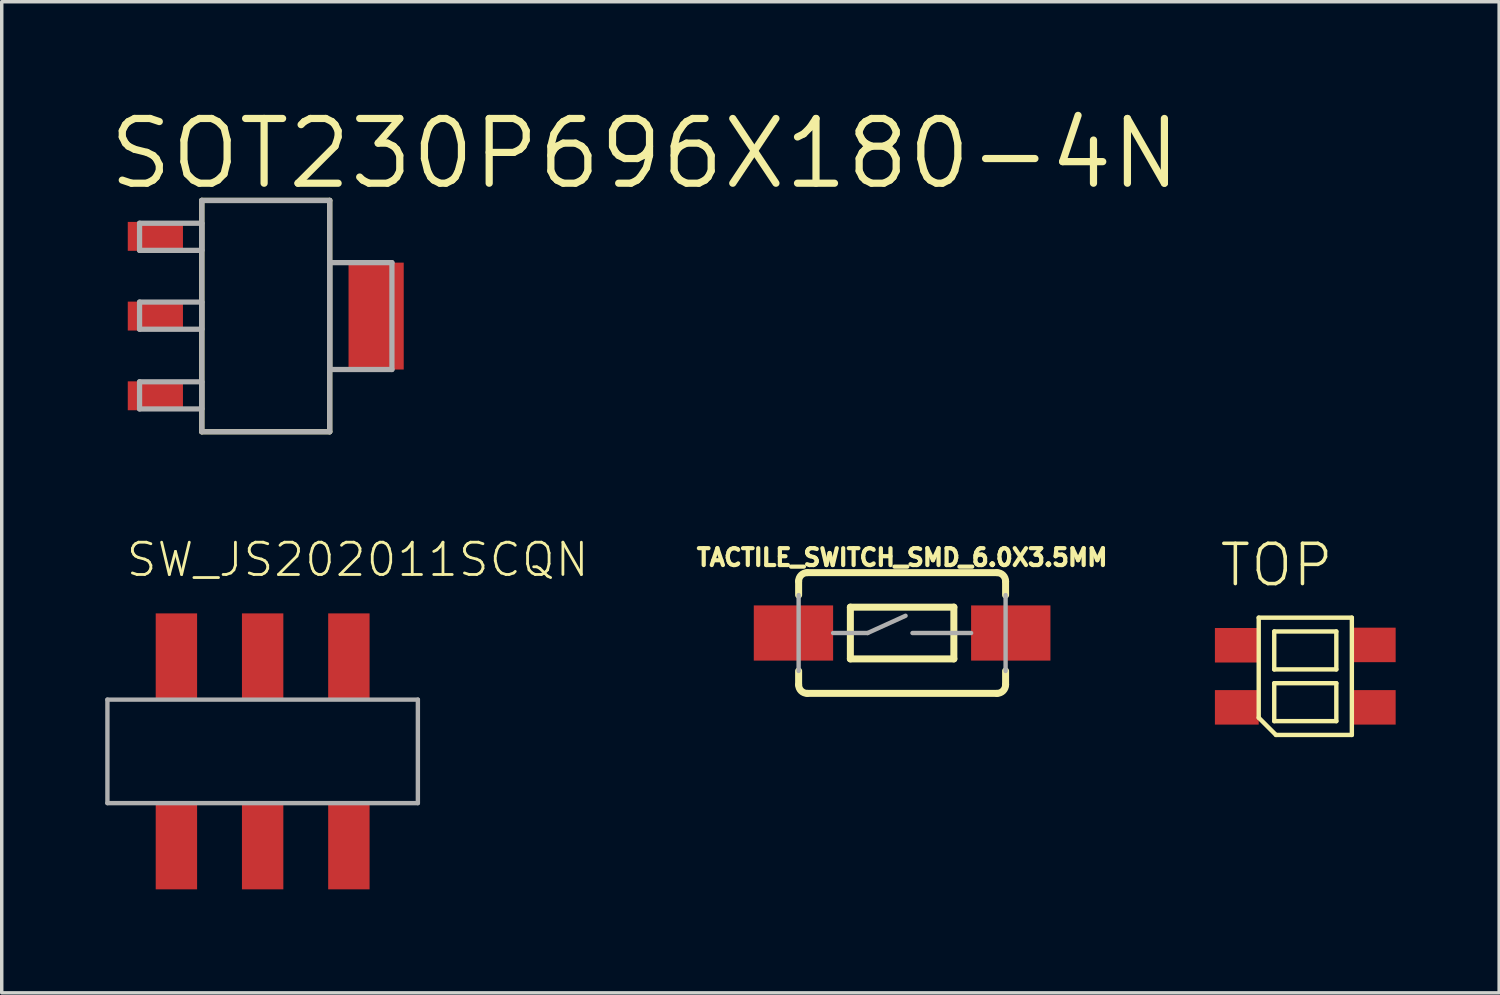
<source format=kicad_pcb>
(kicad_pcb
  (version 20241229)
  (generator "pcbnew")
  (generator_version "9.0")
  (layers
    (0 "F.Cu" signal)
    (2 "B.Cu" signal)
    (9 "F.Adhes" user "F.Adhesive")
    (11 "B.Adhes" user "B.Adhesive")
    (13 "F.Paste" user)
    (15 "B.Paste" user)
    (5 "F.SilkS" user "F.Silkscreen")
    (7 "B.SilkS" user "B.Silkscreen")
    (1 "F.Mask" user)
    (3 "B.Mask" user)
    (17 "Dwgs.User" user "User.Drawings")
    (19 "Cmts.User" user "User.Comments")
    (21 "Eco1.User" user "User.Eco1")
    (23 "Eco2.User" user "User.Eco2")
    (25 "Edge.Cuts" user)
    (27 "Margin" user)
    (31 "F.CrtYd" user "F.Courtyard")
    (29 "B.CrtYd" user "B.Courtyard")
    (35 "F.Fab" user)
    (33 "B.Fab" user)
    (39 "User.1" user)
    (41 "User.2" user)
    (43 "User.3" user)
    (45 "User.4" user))
  (footprint "TOP"
    (layer "F.Cu")
    (at 34.79 16.556)
    (property "Reference" "TOP" (at -2.54 -2.54 0) (unlocked yes) (layer "F.SilkS") (effects (font (size 1.168 1.168) (thickness 0.102)) (justify left bottom)))
    (fp_line (start -1.35 -1.7) (end -1.35 1.2) (stroke (width 0.127) (type solid)) (layer "F.SilkS"))
    (fp_line (start -1.35 1.2) (end -0.85 1.7) (stroke (width 0.127) (type solid)) (layer "F.SilkS"))
    (fp_line (start -0.9 -1.3) (end 0.9 -1.3) (stroke (width 0.127) (type solid)) (layer "F.SilkS"))
    (fp_line (start -0.9 -0.2) (end -0.9 -1.3) (stroke (width 0.127) (type solid)) (layer "F.SilkS"))
    (fp_line (start -0.9 0.2) (end 0.9 0.2) (stroke (width 0.127) (type solid)) (layer "F.SilkS"))
    (fp_line (start -0.9 1.3) (end -0.9 0.2) (stroke (width 0.127) (type solid)) (layer "F.SilkS"))
    (fp_line (start -0.85 1.7) (end 1.35 1.7) (stroke (width 0.127) (type solid)) (layer "F.SilkS"))
    (fp_line (start 0.9 -1.3) (end 0.9 -0.2) (stroke (width 0.127) (type solid)) (layer "F.SilkS"))
    (fp_line (start 0.9 -0.2) (end -0.9 -0.2) (stroke (width 0.127) (type solid)) (layer "F.SilkS"))
    (fp_line (start 0.9 0.2) (end 0.9 1.3) (stroke (width 0.127) (type solid)) (layer "F.SilkS"))
    (fp_line (start 0.9 1.3) (end -0.9 1.3) (stroke (width 0.127) (type solid)) (layer "F.SilkS"))
    (fp_line (start 1.35 -1.7) (end -1.35 -1.7) (stroke (width 0.127) (type solid)) (layer "F.SilkS"))
    (fp_line (start 1.35 1.7) (end 1.35 -1.7) (stroke (width 0.127) (type solid)) (layer "F.SilkS"))
    (pad "ANODA" smd rect (at -1.985 0.9) (size 1.27 1) (layers "F.Cu" "F.Mask" "F.Paste"))
    (pad "EMITER" smd rect (at -1.985 -0.9) (size 1.27 1) (layers "F.Cu" "F.Mask" "F.Paste"))
    (pad "KATODA" smd rect (at 1.985 0.9) (size 1.27 1) (layers "F.Cu" "F.Mask" "F.Paste"))
    (pad "KOLEKTOR" smd rect (at 1.985 -0.91) (size 1.27 1) (layers "F.Cu" "F.Mask" "F.Paste")))
  (footprint "TACTILE_SWITCH_SMD_6.0X3.5MM"
    (layer "F.Cu")
    (at 23.102 15.301)
    (property "Reference" "TACTILE_SWITCH_SMD_6.0X3.5MM" (at 0 -1.905 0) (unlocked yes) (layer "F.SilkS") (effects (font (size 0.488 0.488) (thickness 0.122)) (justify bottom)))
    (fp_line (start -3 -1.1) (end -3 -1.5) (stroke (width 0.203) (type solid)) (layer "F.SilkS"))
    (fp_line (start -3 1.5) (end -3 1.1) (stroke (width 0.203) (type solid)) (layer "F.SilkS"))
    (fp_line (start -2.75 -1.75) (end 2.75 -1.75) (stroke (width 0.203) (type solid)) (layer "F.SilkS"))
    (fp_line (start -1.5 -0.75) (end 1.5 -0.75) (stroke (width 0.203) (type solid)) (layer "F.SilkS"))
    (fp_line (start -1.5 0.75) (end -1.5 -0.75) (stroke (width 0.203) (type solid)) (layer "F.SilkS"))
    (fp_line (start 1.5 0.75) (end -1.5 0.75) (stroke (width 0.203) (type solid)) (layer "F.SilkS"))
    (fp_line (start 1.5 0.75) (end 1.5 -0.75) (stroke (width 0.203) (type solid)) (layer "F.SilkS"))
    (fp_line (start 2.75 1.75) (end -2.75 1.75) (stroke (width 0.203) (type solid)) (layer "F.SilkS"))
    (fp_line (start 3 -1.1) (end 3 -1.5) (stroke (width 0.203) (type solid)) (layer "F.SilkS"))
    (fp_line (start 3 1.5) (end 3 1.1) (stroke (width 0.203) (type solid)) (layer "F.SilkS"))
    (fp_arc (start -3 -1.5) (mid -2.926777 -1.676777) (end -2.75 -1.75) (stroke (width 0.2032) (type solid)) (layer "F.SilkS"))
    (fp_arc (start -2.75 1.75) (mid -2.926777 1.676777) (end -3 1.5) (stroke (width 0.2032) (type solid)) (layer "F.SilkS"))
    (fp_arc (start 2.75 -1.75) (mid 2.926777 -1.676777) (end 3 -1.5) (stroke (width 0.2032) (type solid)) (layer "F.SilkS"))
    (fp_arc (start 3 1.5) (mid 2.926777 1.676777) (end 2.75 1.75) (stroke (width 0.2032) (type solid)) (layer "F.SilkS"))
    (fp_line (start -3 -1.1) (end -3 1.1) (stroke (width 0.127) (type solid)) (layer "F.Fab"))
    (fp_line (start -2 0) (end -1 0) (stroke (width 0.127) (type solid)) (layer "F.Fab"))
    (fp_line (start -1 0) (end 0.1 -0.5) (stroke (width 0.127) (type solid)) (layer "F.Fab"))
    (fp_line (start 0.3 0) (end 2 0) (stroke (width 0.127) (type solid)) (layer "F.Fab"))
    (fp_line (start 3 -1.1) (end 3 1.1) (stroke (width 0.127) (type solid)) (layer "F.Fab"))
    (pad "1" smd rect (at -3.15 0 180) (size 2.3 1.6) (layers "F.Cu" "F.Mask" "F.Paste"))
    (pad "2" smd rect (at 3.15 0 180) (size 2.3 1.6) (layers "F.Cu" "F.Mask" "F.Paste")))
  (footprint "SOT230P696X180-4N"
    (layer "F.Cu")
    (at 4.654 6.113)
    (property "Reference" "SOT230P696X180-4N" (at -4.654 -3.611 0) (unlocked yes) (layer "F.SilkS") (effects (font (size 1.877 1.877) (thickness 0.209)) (justify left bottom)))
    (fp_line (start -1.854 -3.353) (end -1.854 3.353) (stroke (width 0.152) (type solid)) (layer "F.SilkS"))
    (fp_line (start -1.854 3.353) (end 1.854 3.353) (stroke (width 0.152) (type solid)) (layer "F.SilkS"))
    (fp_line (start 1.854 -3.353) (end -1.854 -3.353) (stroke (width 0.152) (type solid)) (layer "F.SilkS"))
    (fp_line (start 1.854 3.353) (end 1.854 -3.353) (stroke (width 0.152) (type solid)) (layer "F.SilkS"))
    (fp_line (start -3.658 -2.692) (end -3.658 -1.905) (stroke (width 0.152) (type solid)) (layer "F.Fab"))
    (fp_line (start -3.658 -1.905) (end -1.854 -1.905) (stroke (width 0.152) (type solid)) (layer "F.Fab"))
    (fp_line (start -3.658 -0.406) (end -3.658 0.381) (stroke (width 0.152) (type solid)) (layer "F.Fab"))
    (fp_line (start -3.658 0.381) (end -1.854 0.381) (stroke (width 0.152) (type solid)) (layer "F.Fab"))
    (fp_line (start -3.658 1.905) (end -3.658 2.692) (stroke (width 0.152) (type solid)) (layer "F.Fab"))
    (fp_line (start -3.658 2.692) (end -1.854 2.692) (stroke (width 0.152) (type solid)) (layer "F.Fab"))
    (fp_line (start -1.854 -3.353) (end -1.854 3.353) (stroke (width 0.152) (type solid)) (layer "F.Fab"))
    (fp_line (start -1.854 -2.692) (end -3.658 -2.692) (stroke (width 0.152) (type solid)) (layer "F.Fab"))
    (fp_line (start -1.854 -1.905) (end -1.854 -2.692) (stroke (width 0.152) (type solid)) (layer "F.Fab"))
    (fp_line (start -1.854 -0.406) (end -3.658 -0.406) (stroke (width 0.152) (type solid)) (layer "F.Fab"))
    (fp_line (start -1.854 0.381) (end -1.854 -0.406) (stroke (width 0.152) (type solid)) (layer "F.Fab"))
    (fp_line (start -1.854 1.905) (end -3.658 1.905) (stroke (width 0.152) (type solid)) (layer "F.Fab"))
    (fp_line (start -1.854 2.692) (end -1.854 1.905) (stroke (width 0.152) (type solid)) (layer "F.Fab"))
    (fp_line (start -1.854 3.353) (end 1.854 3.353) (stroke (width 0.152) (type solid)) (layer "F.Fab"))
    (fp_line (start 1.854 -3.353) (end -1.854 -3.353) (stroke (width 0.152) (type solid)) (layer "F.Fab"))
    (fp_line (start 1.854 -1.549) (end 1.854 1.549) (stroke (width 0.152) (type solid)) (layer "F.Fab"))
    (fp_line (start 1.854 1.549) (end 3.658 1.549) (stroke (width 0.152) (type solid)) (layer "F.Fab"))
    (fp_line (start 1.854 3.353) (end 1.854 -3.353) (stroke (width 0.152) (type solid)) (layer "F.Fab"))
    (fp_line (start 3.658 -1.549) (end 1.854 -1.549) (stroke (width 0.152) (type solid)) (layer "F.Fab"))
    (fp_line (start 3.658 1.549) (end 3.658 -1.549) (stroke (width 0.152) (type solid)) (layer "F.Fab"))
    (pad "1" smd rect (at -3.2 -2.311) (size 1.6 0.838) (layers "F.Cu" "F.Mask" "F.Paste"))
    (pad "2" smd rect (at -3.2 0) (size 1.6 0.838) (layers "F.Cu" "F.Mask" "F.Paste"))
    (pad "3" smd rect (at -3.2 2.311) (size 1.6 0.838) (layers "F.Cu" "F.Mask" "F.Paste"))
    (pad "4" smd rect (at 3.2 0) (size 1.6 3.099) (layers "F.Cu" "F.Mask" "F.Paste")))
  (footprint "SW_JS202011SCQN"
    (layer "F.Cu")
    (at 4.564 18.732)
    (property "Reference" "SW_JS202011SCQN" (at -4.007 -5.009 0) (unlocked yes) (layer "F.SilkS") (effects (font (size 0.936 0.936) (thickness 0.081)) (justify left bottom)))
    (fp_line (start -4.5 -1.5) (end -4.5 1.5) (stroke (width 0.127) (type solid)) (layer "F.Fab"))
    (fp_line (start -4.5 1.5) (end 4.5 1.5) (stroke (width 0.127) (type solid)) (layer "F.Fab"))
    (fp_line (start 4.5 -1.5) (end -4.5 -1.5) (stroke (width 0.127) (type solid)) (layer "F.Fab"))
    (fp_line (start 4.5 1.5) (end 4.5 -1.5) (stroke (width 0.127) (type solid)) (layer "F.Fab"))
    (pad "1" smd rect (at -2.5 2.75) (size 1.2 2.5) (layers "F.Cu" "F.Mask" "F.Paste"))
    (pad "2" smd rect (at 0 2.75) (size 1.2 2.5) (layers "F.Cu" "F.Mask" "F.Paste"))
    (pad "3" smd rect (at 2.5 2.75) (size 1.2 2.5) (layers "F.Cu" "F.Mask" "F.Paste"))
    (pad "4" smd rect (at -2.5 -2.75) (size 1.2 2.5) (layers "F.Cu" "F.Mask" "F.Paste"))
    (pad "5" smd rect (at 0 -2.75) (size 1.2 2.5) (layers "F.Cu" "F.Mask" "F.Paste"))
    (pad "6" smd rect (at 2.5 -2.75) (size 1.2 2.5) (layers "F.Cu" "F.Mask" "F.Paste")))
  (gr_rect
    (start -3 -3)
    (end 40.41 25.732)
    (stroke (width 0.1) (type default))
    (fill no)
    (layer "Edge.Cuts")))
</source>
